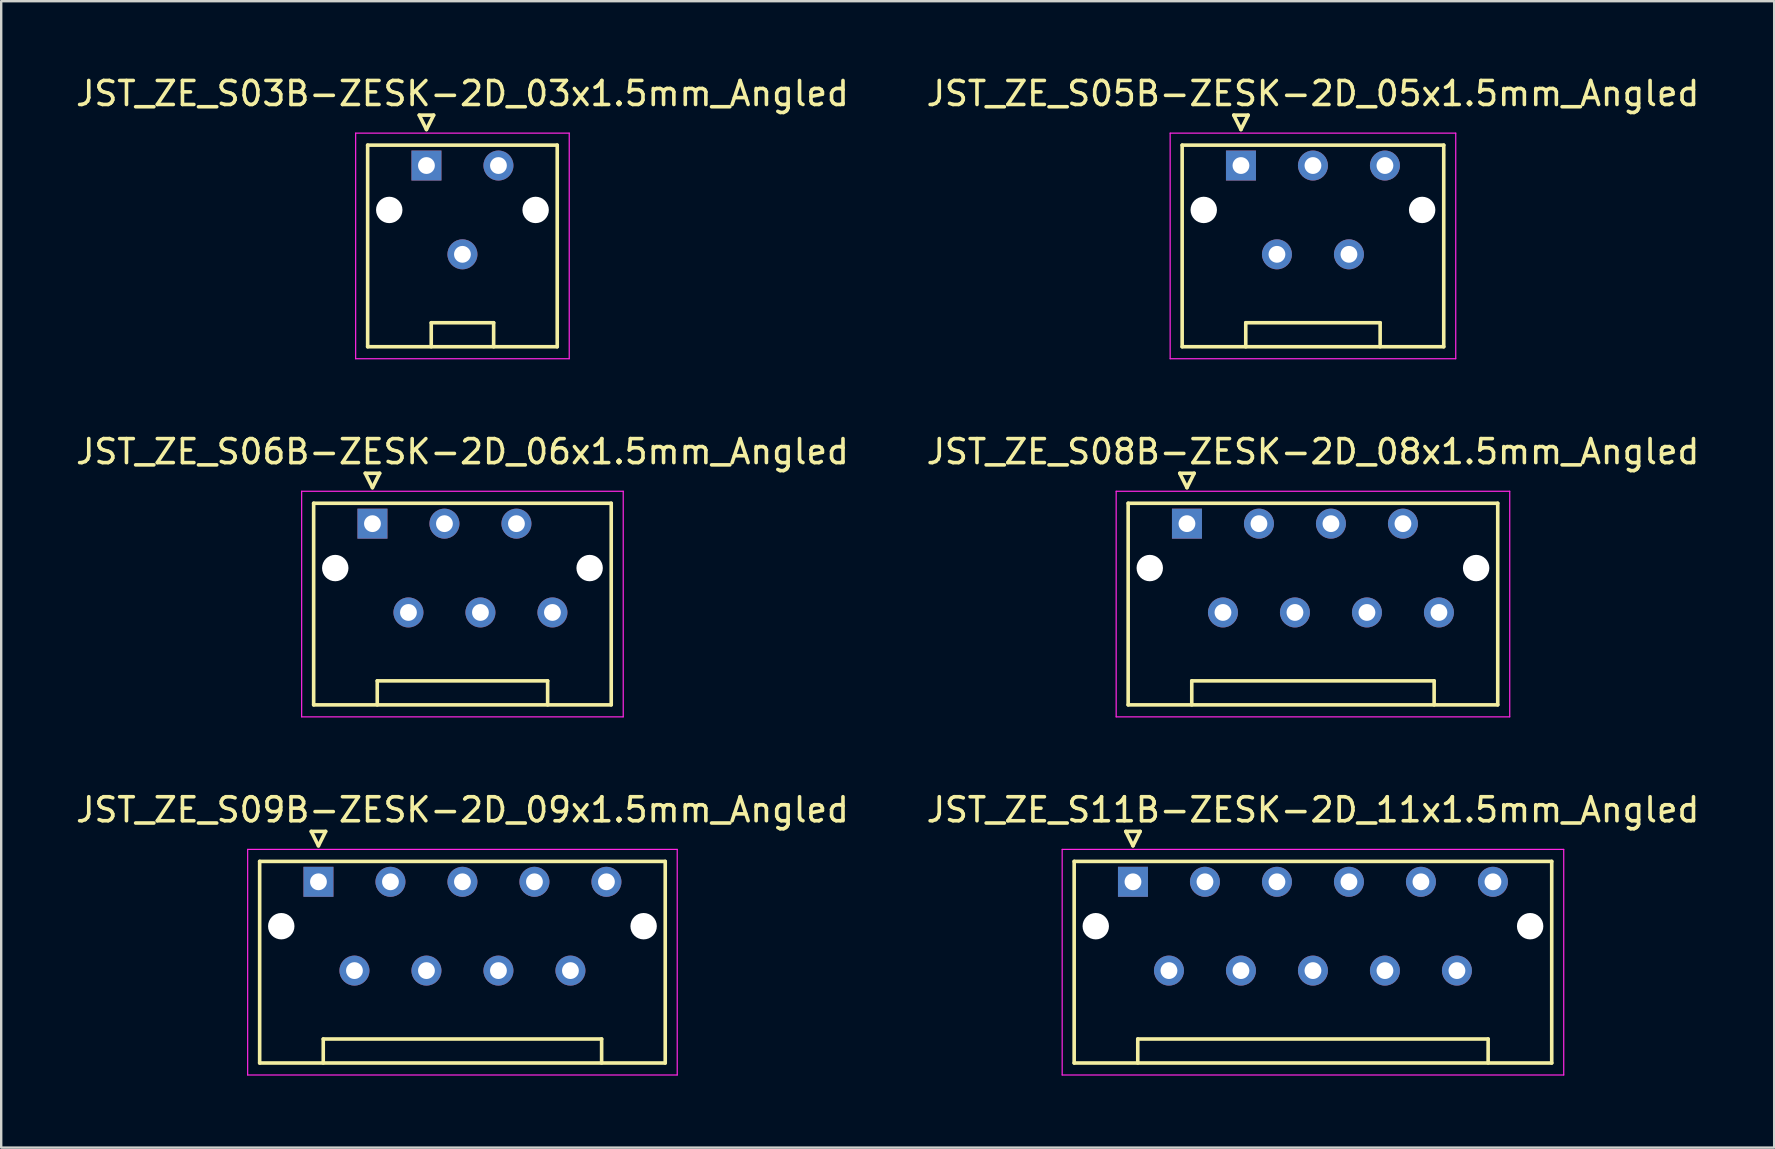
<source format=kicad_pcb>
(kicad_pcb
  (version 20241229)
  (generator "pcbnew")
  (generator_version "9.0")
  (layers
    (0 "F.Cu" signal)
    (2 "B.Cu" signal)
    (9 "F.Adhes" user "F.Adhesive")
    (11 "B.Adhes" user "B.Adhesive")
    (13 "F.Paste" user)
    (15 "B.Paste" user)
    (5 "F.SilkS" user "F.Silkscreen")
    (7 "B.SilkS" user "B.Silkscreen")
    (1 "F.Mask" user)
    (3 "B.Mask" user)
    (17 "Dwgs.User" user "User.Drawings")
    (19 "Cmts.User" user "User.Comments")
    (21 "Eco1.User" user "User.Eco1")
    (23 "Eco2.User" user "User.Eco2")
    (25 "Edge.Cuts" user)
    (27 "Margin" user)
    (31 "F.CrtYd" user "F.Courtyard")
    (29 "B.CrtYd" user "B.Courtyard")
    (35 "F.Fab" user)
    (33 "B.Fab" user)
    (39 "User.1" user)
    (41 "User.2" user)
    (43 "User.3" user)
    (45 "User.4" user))
  (footprint "JST_ZE_S11B-ZESK-2D_11x1.5mm_Angled"
    (layer "F.Cu")
    (at 44.161 33.695)
    (property "Reference" "JST_ZE_S11B-ZESK-2D_11x1.5mm_Angled" (at 7.5 -3 0) (layer "F.SilkS") (effects (font (size 1 1) (thickness 0.15))))
    (attr through_hole)
    (fp_line (start -2.45 -0.85) (end -2.45 7.55) (stroke (width 0.15) (type solid)) (layer "F.SilkS"))
    (fp_line (start -2.45 7.55) (end 17.45 7.55) (stroke (width 0.15) (type solid)) (layer "F.SilkS"))
    (fp_line (start -0.3 -2.1) (end 0.3 -2.1) (stroke (width 0.15) (type solid)) (layer "F.SilkS"))
    (fp_line (start 0 -1.5) (end -0.3 -2.1) (stroke (width 0.15) (type solid)) (layer "F.SilkS"))
    (fp_line (start 0.2 6.55) (end 14.8 6.55) (stroke (width 0.15) (type solid)) (layer "F.SilkS"))
    (fp_line (start 0.2 7.55) (end 0.2 6.55) (stroke (width 0.15) (type solid)) (layer "F.SilkS"))
    (fp_line (start 0.3 -2.1) (end 0 -1.5) (stroke (width 0.15) (type solid)) (layer "F.SilkS"))
    (fp_line (start 14.8 6.55) (end 14.8 7.55) (stroke (width 0.15) (type solid)) (layer "F.SilkS"))
    (fp_line (start 17.45 -0.85) (end -2.45 -0.85) (stroke (width 0.15) (type solid)) (layer "F.SilkS"))
    (fp_line (start 17.45 7.55) (end 17.45 -0.85) (stroke (width 0.15) (type solid)) (layer "F.SilkS"))
    (fp_line (start -2.95 -1.35) (end -2.95 8.05) (stroke (width 0.05) (type solid)) (layer "F.CrtYd"))
    (fp_line (start -2.95 8.05) (end 17.95 8.05) (stroke (width 0.05) (type solid)) (layer "F.CrtYd"))
    (fp_line (start 17.95 -1.35) (end -2.95 -1.35) (stroke (width 0.05) (type solid)) (layer "F.CrtYd"))
    (fp_line (start 17.95 8.05) (end 17.95 -1.35) (stroke (width 0.05) (type solid)) (layer "F.CrtYd"))
    (pad "" np_thru_hole circle (at -1.55 1.85) (size 1.1 1.1) (drill 1.1) (layers "*.Cu"))
    (pad "" np_thru_hole circle (at 16.55 1.85) (size 1.1 1.1) (drill 1.1) (layers "*.Cu"))
    (pad "1" thru_hole rect (at 0 0) (size 1.25 1.25) (drill 0.7) (layers "*.Cu" "*.Mask"))
    (pad "2" thru_hole circle (at 1.5 3.7) (size 1.25 1.25) (drill 0.7) (layers "*.Cu" "*.Mask"))
    (pad "3" thru_hole circle (at 3 0) (size 1.25 1.25) (drill 0.7) (layers "*.Cu" "*.Mask"))
    (pad "4" thru_hole circle (at 4.5 3.7) (size 1.25 1.25) (drill 0.7) (layers "*.Cu" "*.Mask"))
    (pad "5" thru_hole circle (at 6 0) (size 1.25 1.25) (drill 0.7) (layers "*.Cu" "*.Mask"))
    (pad "6" thru_hole circle (at 7.5 3.7) (size 1.25 1.25) (drill 0.7) (layers "*.Cu" "*.Mask"))
    (pad "7" thru_hole circle (at 9 0) (size 1.25 1.25) (drill 0.7) (layers "*.Cu" "*.Mask"))
    (pad "8" thru_hole circle (at 10.5 3.7) (size 1.25 1.25) (drill 0.7) (layers "*.Cu" "*.Mask"))
    (pad "9" thru_hole circle (at 12 0) (size 1.25 1.25) (drill 0.7) (layers "*.Cu" "*.Mask"))
    (pad "10" thru_hole circle (at 13.5 3.7) (size 1.25 1.25) (drill 0.7) (layers "*.Cu" "*.Mask"))
    (pad "11" thru_hole circle (at 15 0) (size 1.25 1.25) (drill 0.7) (layers "*.Cu" "*.Mask")))
  (footprint "JST_ZE_S05B-ZESK-2D_05x1.5mm_Angled"
    (layer "F.Cu")
    (at 48.661 3.848)
    (property "Reference" "JST_ZE_S05B-ZESK-2D_05x1.5mm_Angled" (at 3 -3 0) (layer "F.SilkS") (effects (font (size 1 1) (thickness 0.15))))
    (attr through_hole)
    (fp_line (start -2.45 -0.85) (end -2.45 7.55) (stroke (width 0.15) (type solid)) (layer "F.SilkS"))
    (fp_line (start -2.45 7.55) (end 8.45 7.55) (stroke (width 0.15) (type solid)) (layer "F.SilkS"))
    (fp_line (start -0.3 -2.1) (end 0.3 -2.1) (stroke (width 0.15) (type solid)) (layer "F.SilkS"))
    (fp_line (start 0 -1.5) (end -0.3 -2.1) (stroke (width 0.15) (type solid)) (layer "F.SilkS"))
    (fp_line (start 0.2 6.55) (end 5.8 6.55) (stroke (width 0.15) (type solid)) (layer "F.SilkS"))
    (fp_line (start 0.2 7.55) (end 0.2 6.55) (stroke (width 0.15) (type solid)) (layer "F.SilkS"))
    (fp_line (start 0.3 -2.1) (end 0 -1.5) (stroke (width 0.15) (type solid)) (layer "F.SilkS"))
    (fp_line (start 5.8 6.55) (end 5.8 7.55) (stroke (width 0.15) (type solid)) (layer "F.SilkS"))
    (fp_line (start 8.45 -0.85) (end -2.45 -0.85) (stroke (width 0.15) (type solid)) (layer "F.SilkS"))
    (fp_line (start 8.45 7.55) (end 8.45 -0.85) (stroke (width 0.15) (type solid)) (layer "F.SilkS"))
    (fp_line (start -2.95 -1.35) (end -2.95 8.05) (stroke (width 0.05) (type solid)) (layer "F.CrtYd"))
    (fp_line (start -2.95 8.05) (end 8.95 8.05) (stroke (width 0.05) (type solid)) (layer "F.CrtYd"))
    (fp_line (start 8.95 -1.35) (end -2.95 -1.35) (stroke (width 0.05) (type solid)) (layer "F.CrtYd"))
    (fp_line (start 8.95 8.05) (end 8.95 -1.35) (stroke (width 0.05) (type solid)) (layer "F.CrtYd"))
    (pad "" np_thru_hole circle (at -1.55 1.85) (size 1.1 1.1) (drill 1.1) (layers "*.Cu"))
    (pad "" np_thru_hole circle (at 7.55 1.85) (size 1.1 1.1) (drill 1.1) (layers "*.Cu"))
    (pad "1" thru_hole rect (at 0 0) (size 1.25 1.25) (drill 0.7) (layers "*.Cu" "*.Mask"))
    (pad "2" thru_hole circle (at 1.5 3.7) (size 1.25 1.25) (drill 0.7) (layers "*.Cu" "*.Mask"))
    (pad "3" thru_hole circle (at 3 0) (size 1.25 1.25) (drill 0.7) (layers "*.Cu" "*.Mask"))
    (pad "4" thru_hole circle (at 4.5 3.7) (size 1.25 1.25) (drill 0.7) (layers "*.Cu" "*.Mask"))
    (pad "5" thru_hole circle (at 6 0) (size 1.25 1.25) (drill 0.7) (layers "*.Cu" "*.Mask")))
  (footprint "JST_ZE_S09B-ZESK-2D_09x1.5mm_Angled"
    (layer "F.Cu")
    (at 10.22 33.695)
    (property "Reference" "JST_ZE_S09B-ZESK-2D_09x1.5mm_Angled" (at 6 -3 0) (layer "F.SilkS") (effects (font (size 1 1) (thickness 0.15))))
    (attr through_hole)
    (fp_line (start -2.45 -0.85) (end -2.45 7.55) (stroke (width 0.15) (type solid)) (layer "F.SilkS"))
    (fp_line (start -2.45 7.55) (end 14.45 7.55) (stroke (width 0.15) (type solid)) (layer "F.SilkS"))
    (fp_line (start -0.3 -2.1) (end 0.3 -2.1) (stroke (width 0.15) (type solid)) (layer "F.SilkS"))
    (fp_line (start 0 -1.5) (end -0.3 -2.1) (stroke (width 0.15) (type solid)) (layer "F.SilkS"))
    (fp_line (start 0.2 6.55) (end 11.8 6.55) (stroke (width 0.15) (type solid)) (layer "F.SilkS"))
    (fp_line (start 0.2 7.55) (end 0.2 6.55) (stroke (width 0.15) (type solid)) (layer "F.SilkS"))
    (fp_line (start 0.3 -2.1) (end 0 -1.5) (stroke (width 0.15) (type solid)) (layer "F.SilkS"))
    (fp_line (start 11.8 6.55) (end 11.8 7.55) (stroke (width 0.15) (type solid)) (layer "F.SilkS"))
    (fp_line (start 14.45 -0.85) (end -2.45 -0.85) (stroke (width 0.15) (type solid)) (layer "F.SilkS"))
    (fp_line (start 14.45 7.55) (end 14.45 -0.85) (stroke (width 0.15) (type solid)) (layer "F.SilkS"))
    (fp_line (start -2.95 -1.35) (end -2.95 8.05) (stroke (width 0.05) (type solid)) (layer "F.CrtYd"))
    (fp_line (start -2.95 8.05) (end 14.95 8.05) (stroke (width 0.05) (type solid)) (layer "F.CrtYd"))
    (fp_line (start 14.95 -1.35) (end -2.95 -1.35) (stroke (width 0.05) (type solid)) (layer "F.CrtYd"))
    (fp_line (start 14.95 8.05) (end 14.95 -1.35) (stroke (width 0.05) (type solid)) (layer "F.CrtYd"))
    (pad "" np_thru_hole circle (at -1.55 1.85) (size 1.1 1.1) (drill 1.1) (layers "*.Cu"))
    (pad "" np_thru_hole circle (at 13.55 1.85) (size 1.1 1.1) (drill 1.1) (layers "*.Cu"))
    (pad "1" thru_hole rect (at 0 0) (size 1.25 1.25) (drill 0.7) (layers "*.Cu" "*.Mask"))
    (pad "2" thru_hole circle (at 1.5 3.7) (size 1.25 1.25) (drill 0.7) (layers "*.Cu" "*.Mask"))
    (pad "3" thru_hole circle (at 3 0) (size 1.25 1.25) (drill 0.7) (layers "*.Cu" "*.Mask"))
    (pad "4" thru_hole circle (at 4.5 3.7) (size 1.25 1.25) (drill 0.7) (layers "*.Cu" "*.Mask"))
    (pad "5" thru_hole circle (at 6 0) (size 1.25 1.25) (drill 0.7) (layers "*.Cu" "*.Mask"))
    (pad "6" thru_hole circle (at 7.5 3.7) (size 1.25 1.25) (drill 0.7) (layers "*.Cu" "*.Mask"))
    (pad "7" thru_hole circle (at 9 0) (size 1.25 1.25) (drill 0.7) (layers "*.Cu" "*.Mask"))
    (pad "8" thru_hole circle (at 10.5 3.7) (size 1.25 1.25) (drill 0.7) (layers "*.Cu" "*.Mask"))
    (pad "9" thru_hole circle (at 12 0) (size 1.25 1.25) (drill 0.7) (layers "*.Cu" "*.Mask")))
  (footprint "JST_ZE_S08B-ZESK-2D_08x1.5mm_Angled"
    (layer "F.Cu")
    (at 46.411 18.771)
    (property "Reference" "JST_ZE_S08B-ZESK-2D_08x1.5mm_Angled" (at 5.25 -3 0) (layer "F.SilkS") (effects (font (size 1 1) (thickness 0.15))))
    (attr through_hole)
    (fp_line (start -2.45 -0.85) (end -2.45 7.55) (stroke (width 0.15) (type solid)) (layer "F.SilkS"))
    (fp_line (start -2.45 7.55) (end 12.95 7.55) (stroke (width 0.15) (type solid)) (layer "F.SilkS"))
    (fp_line (start -0.3 -2.1) (end 0.3 -2.1) (stroke (width 0.15) (type solid)) (layer "F.SilkS"))
    (fp_line (start 0 -1.5) (end -0.3 -2.1) (stroke (width 0.15) (type solid)) (layer "F.SilkS"))
    (fp_line (start 0.2 6.55) (end 10.3 6.55) (stroke (width 0.15) (type solid)) (layer "F.SilkS"))
    (fp_line (start 0.2 7.55) (end 0.2 6.55) (stroke (width 0.15) (type solid)) (layer "F.SilkS"))
    (fp_line (start 0.3 -2.1) (end 0 -1.5) (stroke (width 0.15) (type solid)) (layer "F.SilkS"))
    (fp_line (start 10.3 6.55) (end 10.3 7.55) (stroke (width 0.15) (type solid)) (layer "F.SilkS"))
    (fp_line (start 12.95 -0.85) (end -2.45 -0.85) (stroke (width 0.15) (type solid)) (layer "F.SilkS"))
    (fp_line (start 12.95 7.55) (end 12.95 -0.85) (stroke (width 0.15) (type solid)) (layer "F.SilkS"))
    (fp_line (start -2.95 -1.35) (end -2.95 8.05) (stroke (width 0.05) (type solid)) (layer "F.CrtYd"))
    (fp_line (start -2.95 8.05) (end 13.45 8.05) (stroke (width 0.05) (type solid)) (layer "F.CrtYd"))
    (fp_line (start 13.45 -1.35) (end -2.95 -1.35) (stroke (width 0.05) (type solid)) (layer "F.CrtYd"))
    (fp_line (start 13.45 8.05) (end 13.45 -1.35) (stroke (width 0.05) (type solid)) (layer "F.CrtYd"))
    (pad "" np_thru_hole circle (at -1.55 1.85) (size 1.1 1.1) (drill 1.1) (layers "*.Cu"))
    (pad "" np_thru_hole circle (at 12.05 1.85) (size 1.1 1.1) (drill 1.1) (layers "*.Cu"))
    (pad "1" thru_hole rect (at 0 0) (size 1.25 1.25) (drill 0.7) (layers "*.Cu" "*.Mask"))
    (pad "2" thru_hole circle (at 1.5 3.7) (size 1.25 1.25) (drill 0.7) (layers "*.Cu" "*.Mask"))
    (pad "3" thru_hole circle (at 3 0) (size 1.25 1.25) (drill 0.7) (layers "*.Cu" "*.Mask"))
    (pad "4" thru_hole circle (at 4.5 3.7) (size 1.25 1.25) (drill 0.7) (layers "*.Cu" "*.Mask"))
    (pad "5" thru_hole circle (at 6 0) (size 1.25 1.25) (drill 0.7) (layers "*.Cu" "*.Mask"))
    (pad "6" thru_hole circle (at 7.5 3.7) (size 1.25 1.25) (drill 0.7) (layers "*.Cu" "*.Mask"))
    (pad "7" thru_hole circle (at 9 0) (size 1.25 1.25) (drill 0.7) (layers "*.Cu" "*.Mask"))
    (pad "8" thru_hole circle (at 10.5 3.7) (size 1.25 1.25) (drill 0.7) (layers "*.Cu" "*.Mask")))
  (footprint "JST_ZE_S03B-ZESK-2D_03x1.5mm_Angled"
    (layer "F.Cu")
    (at 14.72 3.848)
    (property "Reference" "JST_ZE_S03B-ZESK-2D_03x1.5mm_Angled" (at 1.5 -3 0) (layer "F.SilkS") (effects (font (size 1 1) (thickness 0.15))))
    (attr through_hole)
    (fp_line (start -2.45 -0.85) (end -2.45 7.55) (stroke (width 0.15) (type solid)) (layer "F.SilkS"))
    (fp_line (start -2.45 7.55) (end 5.45 7.55) (stroke (width 0.15) (type solid)) (layer "F.SilkS"))
    (fp_line (start -0.3 -2.1) (end 0.3 -2.1) (stroke (width 0.15) (type solid)) (layer "F.SilkS"))
    (fp_line (start 0 -1.5) (end -0.3 -2.1) (stroke (width 0.15) (type solid)) (layer "F.SilkS"))
    (fp_line (start 0.2 6.55) (end 2.8 6.55) (stroke (width 0.15) (type solid)) (layer "F.SilkS"))
    (fp_line (start 0.2 7.55) (end 0.2 6.55) (stroke (width 0.15) (type solid)) (layer "F.SilkS"))
    (fp_line (start 0.3 -2.1) (end 0 -1.5) (stroke (width 0.15) (type solid)) (layer "F.SilkS"))
    (fp_line (start 2.8 6.55) (end 2.8 7.55) (stroke (width 0.15) (type solid)) (layer "F.SilkS"))
    (fp_line (start 5.45 -0.85) (end -2.45 -0.85) (stroke (width 0.15) (type solid)) (layer "F.SilkS"))
    (fp_line (start 5.45 7.55) (end 5.45 -0.85) (stroke (width 0.15) (type solid)) (layer "F.SilkS"))
    (fp_line (start -2.95 -1.35) (end -2.95 8.05) (stroke (width 0.05) (type solid)) (layer "F.CrtYd"))
    (fp_line (start -2.95 8.05) (end 5.95 8.05) (stroke (width 0.05) (type solid)) (layer "F.CrtYd"))
    (fp_line (start 5.95 -1.35) (end -2.95 -1.35) (stroke (width 0.05) (type solid)) (layer "F.CrtYd"))
    (fp_line (start 5.95 8.05) (end 5.95 -1.35) (stroke (width 0.05) (type solid)) (layer "F.CrtYd"))
    (pad "" np_thru_hole circle (at -1.55 1.85) (size 1.1 1.1) (drill 1.1) (layers "*.Cu"))
    (pad "" np_thru_hole circle (at 4.55 1.85) (size 1.1 1.1) (drill 1.1) (layers "*.Cu"))
    (pad "1" thru_hole rect (at 0 0) (size 1.25 1.25) (drill 0.7) (layers "*.Cu" "*.Mask"))
    (pad "2" thru_hole circle (at 1.5 3.7) (size 1.25 1.25) (drill 0.7) (layers "*.Cu" "*.Mask"))
    (pad "3" thru_hole circle (at 3 0) (size 1.25 1.25) (drill 0.7) (layers "*.Cu" "*.Mask")))
  (footprint "JST_ZE_S06B-ZESK-2D_06x1.5mm_Angled"
    (layer "F.Cu")
    (at 12.47 18.771)
    (property "Reference" "JST_ZE_S06B-ZESK-2D_06x1.5mm_Angled" (at 3.75 -3 0) (layer "F.SilkS") (effects (font (size 1 1) (thickness 0.15))))
    (attr through_hole)
    (fp_line (start -2.45 -0.85) (end -2.45 7.55) (stroke (width 0.15) (type solid)) (layer "F.SilkS"))
    (fp_line (start -2.45 7.55) (end 9.95 7.55) (stroke (width 0.15) (type solid)) (layer "F.SilkS"))
    (fp_line (start -0.3 -2.1) (end 0.3 -2.1) (stroke (width 0.15) (type solid)) (layer "F.SilkS"))
    (fp_line (start 0 -1.5) (end -0.3 -2.1) (stroke (width 0.15) (type solid)) (layer "F.SilkS"))
    (fp_line (start 0.2 6.55) (end 7.3 6.55) (stroke (width 0.15) (type solid)) (layer "F.SilkS"))
    (fp_line (start 0.2 7.55) (end 0.2 6.55) (stroke (width 0.15) (type solid)) (layer "F.SilkS"))
    (fp_line (start 0.3 -2.1) (end 0 -1.5) (stroke (width 0.15) (type solid)) (layer "F.SilkS"))
    (fp_line (start 7.3 6.55) (end 7.3 7.55) (stroke (width 0.15) (type solid)) (layer "F.SilkS"))
    (fp_line (start 9.95 -0.85) (end -2.45 -0.85) (stroke (width 0.15) (type solid)) (layer "F.SilkS"))
    (fp_line (start 9.95 7.55) (end 9.95 -0.85) (stroke (width 0.15) (type solid)) (layer "F.SilkS"))
    (fp_line (start -2.95 -1.35) (end -2.95 8.05) (stroke (width 0.05) (type solid)) (layer "F.CrtYd"))
    (fp_line (start -2.95 8.05) (end 10.45 8.05) (stroke (width 0.05) (type solid)) (layer "F.CrtYd"))
    (fp_line (start 10.45 -1.35) (end -2.95 -1.35) (stroke (width 0.05) (type solid)) (layer "F.CrtYd"))
    (fp_line (start 10.45 8.05) (end 10.45 -1.35) (stroke (width 0.05) (type solid)) (layer "F.CrtYd"))
    (pad "" np_thru_hole circle (at -1.55 1.85) (size 1.1 1.1) (drill 1.1) (layers "*.Cu"))
    (pad "" np_thru_hole circle (at 9.05 1.85) (size 1.1 1.1) (drill 1.1) (layers "*.Cu"))
    (pad "1" thru_hole rect (at 0 0) (size 1.25 1.25) (drill 0.7) (layers "*.Cu" "*.Mask"))
    (pad "2" thru_hole circle (at 1.5 3.7) (size 1.25 1.25) (drill 0.7) (layers "*.Cu" "*.Mask"))
    (pad "3" thru_hole circle (at 3 0) (size 1.25 1.25) (drill 0.7) (layers "*.Cu" "*.Mask"))
    (pad "4" thru_hole circle (at 4.5 3.7) (size 1.25 1.25) (drill 0.7) (layers "*.Cu" "*.Mask"))
    (pad "5" thru_hole circle (at 6 0) (size 1.25 1.25) (drill 0.7) (layers "*.Cu" "*.Mask"))
    (pad "6" thru_hole circle (at 7.5 3.7) (size 1.25 1.25) (drill 0.7) (layers "*.Cu" "*.Mask")))
  (gr_rect
    (start -3 -3)
    (end 70.881 44.77)
    (stroke (width 0.1) (type default))
    (fill no)
    (layer "Edge.Cuts")))
</source>
